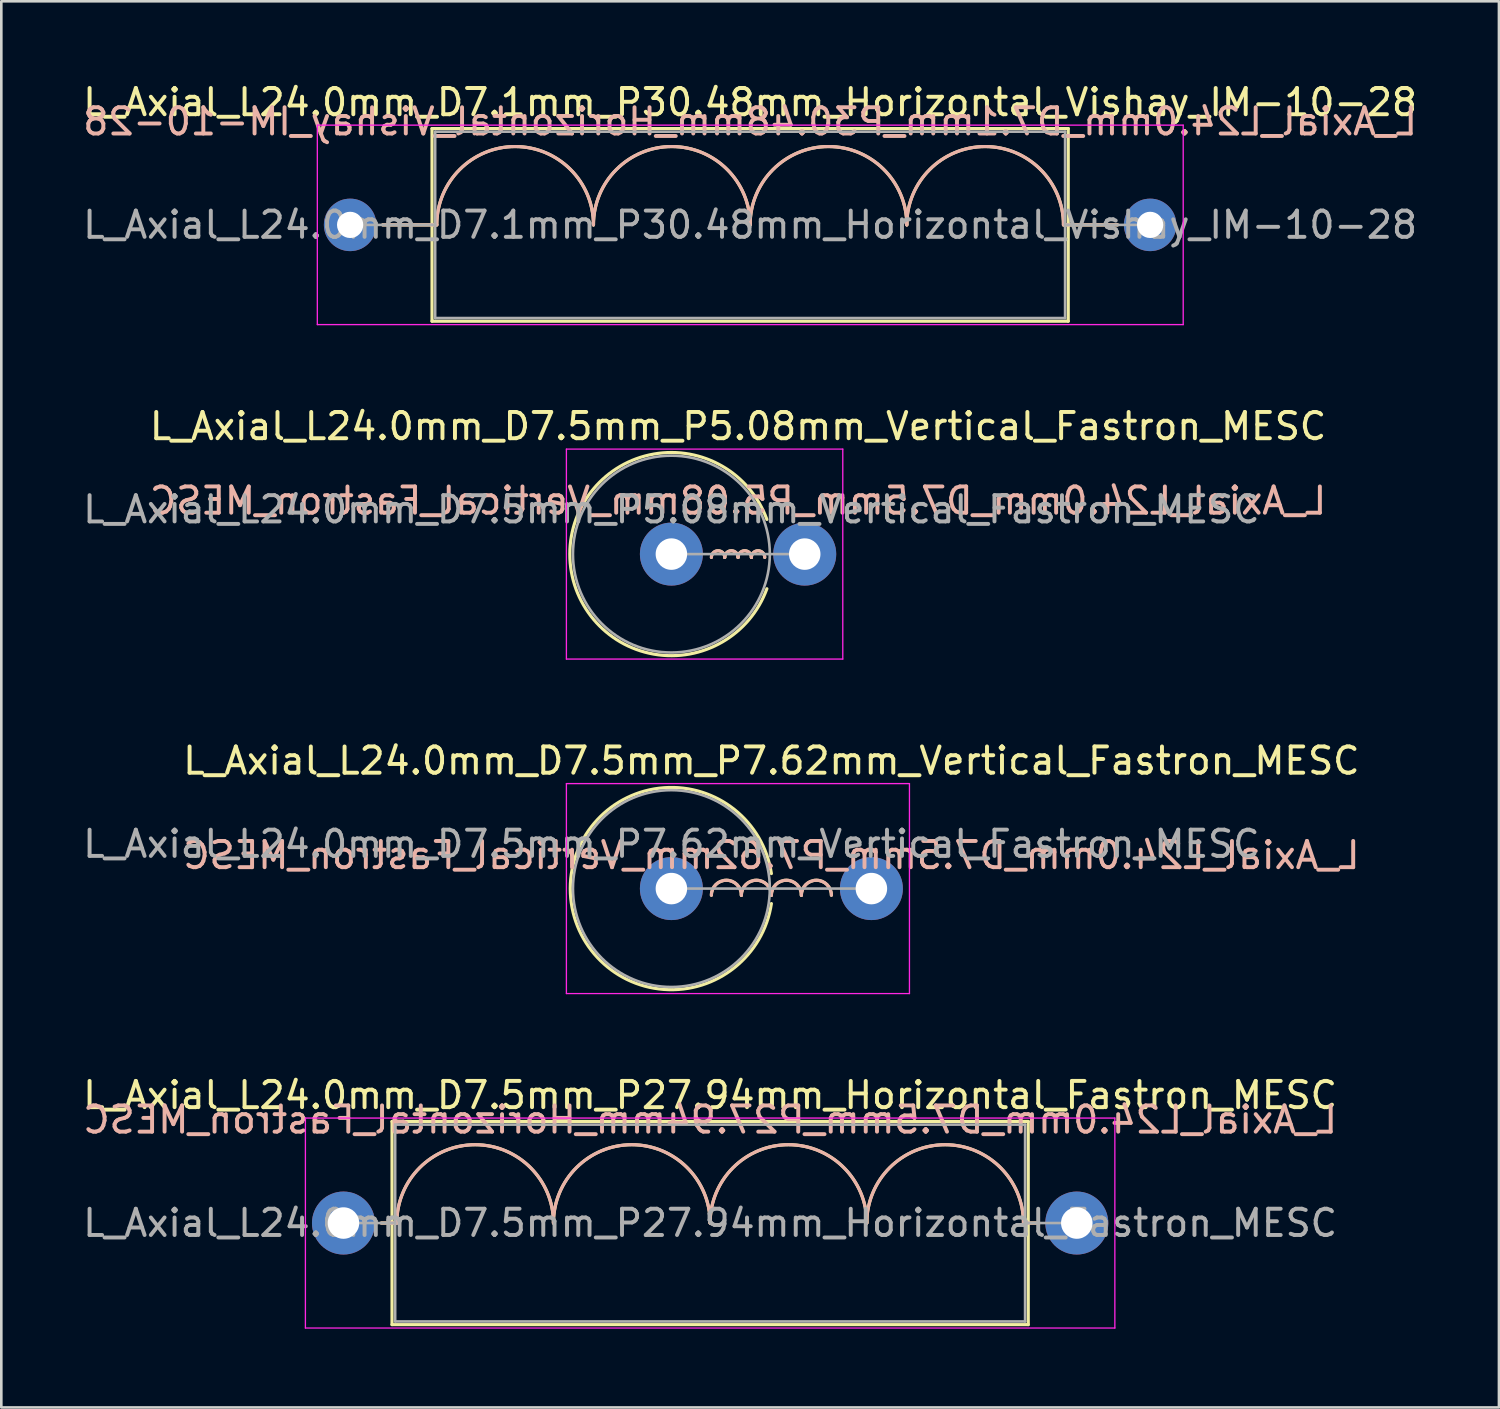
<source format=kicad_pcb>
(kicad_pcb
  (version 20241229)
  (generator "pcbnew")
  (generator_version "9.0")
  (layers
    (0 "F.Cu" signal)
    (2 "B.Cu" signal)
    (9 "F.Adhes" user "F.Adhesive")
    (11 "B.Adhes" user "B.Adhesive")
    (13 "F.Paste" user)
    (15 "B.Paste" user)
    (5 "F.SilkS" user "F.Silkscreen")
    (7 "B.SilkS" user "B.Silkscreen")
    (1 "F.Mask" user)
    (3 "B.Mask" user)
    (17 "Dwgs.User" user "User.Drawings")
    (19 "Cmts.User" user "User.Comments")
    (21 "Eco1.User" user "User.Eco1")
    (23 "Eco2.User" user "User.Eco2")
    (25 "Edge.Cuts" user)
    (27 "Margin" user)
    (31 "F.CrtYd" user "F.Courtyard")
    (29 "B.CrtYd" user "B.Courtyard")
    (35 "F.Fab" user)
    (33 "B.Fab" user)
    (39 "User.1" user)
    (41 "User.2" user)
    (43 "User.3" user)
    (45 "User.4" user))
  (footprint "L_Axial_L24.0mm_D7.5mm_P27.94mm_Horizontal_Fastron_MESC"
    (layer "F.Cu")
    (at 10.036 43.548)
    (property "Reference" "L_Axial_L24.0mm_D7.5mm_P27.94mm_Horizontal_Fastron_MESC" (at 13.97 -4.87 0) (layer "F.SilkS") (effects (font (size 1 1) (thickness 0.15))))
    (fp_line (start 1.44 0) (end 1.85 0) (stroke (width 0.12) (type solid)) (layer "F.SilkS"))
    (fp_line (start 1.85 -3.87) (end 1.85 3.87) (stroke (width 0.12) (type solid)) (layer "F.SilkS"))
    (fp_line (start 1.85 3.87) (end 26.09 3.87) (stroke (width 0.12) (type solid)) (layer "F.SilkS"))
    (fp_line (start 2.032 0) (end 1.85 0) (stroke (width 0.12) (type solid)) (layer "F.SilkS"))
    (fp_line (start 25.908 0) (end 26.09 0) (stroke (width 0.12) (type solid)) (layer "F.SilkS"))
    (fp_line (start 26.09 -3.87) (end 1.85 -3.87) (stroke (width 0.12) (type solid)) (layer "F.SilkS"))
    (fp_line (start 26.09 3.87) (end 26.09 -3.87) (stroke (width 0.12) (type solid)) (layer "F.SilkS"))
    (fp_line (start 26.5 0) (end 26.09 0) (stroke (width 0.12) (type solid)) (layer "F.SilkS"))
    (fp_arc (start 2.032 0) (mid 5.0165 -2.9845) (end 8.001 0) (stroke (width 0.12) (type solid)) (layer "F.SilkS"))
    (fp_arc (start 8.001 0) (mid 10.9855 -2.9845) (end 13.97 0) (stroke (width 0.12) (type solid)) (layer "F.SilkS"))
    (fp_arc (start 13.97 0) (mid 16.9545 -2.9845) (end 19.939 0) (stroke (width 0.12) (type solid)) (layer "F.SilkS"))
    (fp_arc (start 19.939 0) (mid 22.9235 -2.9845) (end 25.908 0) (stroke (width 0.12) (type solid)) (layer "F.SilkS"))
    (fp_line (start 1.44 0) (end 1.85 0) (stroke (width 0.12) (type solid)) (layer "B.SilkS"))
    (fp_line (start 2.032 0) (end 1.85 0) (stroke (width 0.12) (type solid)) (layer "B.SilkS"))
    (fp_line (start 25.908 0) (end 26.09 0) (stroke (width 0.12) (type solid)) (layer "B.SilkS"))
    (fp_line (start 26.5 0) (end 26.09 0) (stroke (width 0.12) (type solid)) (layer "B.SilkS"))
    (fp_arc (start 2.032 0) (mid 5.0165 -2.9845) (end 8.001 0) (stroke (width 0.12) (type solid)) (layer "B.SilkS"))
    (fp_arc (start 8.001 0) (mid 10.9855 -2.9845) (end 13.97 0) (stroke (width 0.12) (type solid)) (layer "B.SilkS"))
    (fp_arc (start 13.97 0) (mid 16.9545 -2.9845) (end 19.939 0) (stroke (width 0.12) (type solid)) (layer "B.SilkS"))
    (fp_arc (start 19.939 0) (mid 22.9235 -2.9845) (end 25.908 0) (stroke (width 0.12) (type solid)) (layer "B.SilkS"))
    (fp_line (start -1.45 -4) (end -1.45 4) (stroke (width 0.05) (type solid)) (layer "F.CrtYd"))
    (fp_line (start -1.45 4) (end 29.39 4) (stroke (width 0.05) (type solid)) (layer "F.CrtYd"))
    (fp_line (start 29.39 -4) (end -1.45 -4) (stroke (width 0.05) (type solid)) (layer "F.CrtYd"))
    (fp_line (start 29.39 4) (end 29.39 -4) (stroke (width 0.05) (type solid)) (layer "F.CrtYd"))
    (fp_line (start 0 0) (end 1.97 0) (stroke (width 0.1) (type solid)) (layer "F.Fab"))
    (fp_line (start 1.97 -3.75) (end 1.97 3.75) (stroke (width 0.1) (type solid)) (layer "F.Fab"))
    (fp_line (start 1.97 3.75) (end 25.97 3.75) (stroke (width 0.1) (type solid)) (layer "F.Fab"))
    (fp_line (start 25.97 -3.75) (end 1.97 -3.75) (stroke (width 0.1) (type solid)) (layer "F.Fab"))
    (fp_line (start 25.97 3.75) (end 25.97 -3.75) (stroke (width 0.1) (type solid)) (layer "F.Fab"))
    (fp_line (start 27.94 0) (end 25.97 0) (stroke (width 0.1) (type solid)) (layer "F.Fab"))
    (fp_text user "${REFERENCE}" (at 13.97 -3.937 0) (layer "B.SilkS") (effects (font (size 1 1) (thickness 0.15)) (justify mirror)))
    (fp_text user "${REFERENCE}" (at 13.97 0 0) (layer "F.Fab") (effects (font (size 1 1) (thickness 0.15))))
    (pad "1" thru_hole circle (at 0 0) (size 2.4 2.4) (drill 1.2) (layers "*.Cu" "*.Mask"))
    (pad "2" thru_hole oval (at 27.94 0) (size 2.4 2.4) (drill 1.2) (layers "*.Cu" "*.Mask")))
  (footprint "L_Axial_L24.0mm_D7.5mm_P7.62mm_Vertical_Fastron_MESC"
    (layer "F.Cu")
    (at 22.53 30.805)
    (property "Reference" "L_Axial_L24.0mm_D7.5mm_P7.62mm_Vertical_Fastron_MESC" (at 3.81 -4.87 0) (layer "F.SilkS") (effects (font (size 1 1) (thickness 0.15))))
    (fp_arc (start 1.524 0.254) (mid 2.0955 -0.3175) (end 2.667 0.254) (stroke (width 0.12) (type solid)) (layer "F.SilkS"))
    (fp_arc (start 2.667 0.254) (mid 3.2385 -0.3175) (end 3.81 0.254) (stroke (width 0.12) (type solid)) (layer "F.SilkS"))
    (fp_arc (start 3.81 0.254) (mid 4.3815 -0.3175) (end 4.953 0.254) (stroke (width 0.12) (type solid)) (layer "F.SilkS"))
    (fp_arc (start 3.81 0.5715) (mid -3.852624 0) (end 3.81 -0.5715) (stroke (width 0.12) (type solid)) (layer "F.SilkS"))
    (fp_arc (start 4.953 0.254) (mid 5.5245 -0.3175) (end 6.096 0.254) (stroke (width 0.12) (type solid)) (layer "F.SilkS"))
    (fp_arc (start 1.524 0.254) (mid 2.0955 -0.3175) (end 2.667 0.254) (stroke (width 0.12) (type solid)) (layer "B.SilkS"))
    (fp_arc (start 2.667 0.254) (mid 3.2385 -0.3175) (end 3.81 0.254) (stroke (width 0.12) (type solid)) (layer "B.SilkS"))
    (fp_arc (start 3.81 0.254) (mid 4.3815 -0.3175) (end 4.953 0.254) (stroke (width 0.12) (type solid)) (layer "B.SilkS"))
    (fp_arc (start 4.953 0.254) (mid 5.5245 -0.3175) (end 6.096 0.254) (stroke (width 0.12) (type solid)) (layer "B.SilkS"))
    (fp_line (start -4 -4) (end -4 4) (stroke (width 0.05) (type solid)) (layer "F.CrtYd"))
    (fp_line (start -4 4) (end 9.07 4) (stroke (width 0.05) (type solid)) (layer "F.CrtYd"))
    (fp_line (start 9.07 -4) (end -4 -4) (stroke (width 0.05) (type solid)) (layer "F.CrtYd"))
    (fp_line (start 9.07 4) (end 9.07 -4) (stroke (width 0.05) (type solid)) (layer "F.CrtYd"))
    (fp_line (start 0 0) (end 7.62 0) (stroke (width 0.1) (type solid)) (layer "F.Fab"))
    (fp_circle (center 0 0) (end 3.75 0) (stroke (width 0.1) (type solid)) (fill no) (layer "F.Fab"))
    (fp_text user "${REFERENCE}" (at 3.81 -1.27 0) (layer "B.SilkS") (effects (font (size 1 1) (thickness 0.15)) (justify mirror)))
    (fp_text user "${REFERENCE}" (at 0 -1.7 0) (layer "F.Fab") (effects (font (size 1 1) (thickness 0.15))))
    (pad "1" thru_hole circle (at 0 0) (size 2.4 2.4) (drill 1.2) (layers "*.Cu" "*.Mask"))
    (pad "2" thru_hole oval (at 7.62 0) (size 2.4 2.4) (drill 1.2) (layers "*.Cu" "*.Mask")))
  (footprint "L_Axial_L24.0mm_D7.1mm_P30.48mm_Horizontal_Vishay_IM-10-28"
    (layer "F.Cu")
    (at 10.29 5.518)
    (property "Reference" "L_Axial_L24.0mm_D7.1mm_P30.48mm_Horizontal_Vishay_IM-10-28" (at 15.24 -4.67 0) (layer "F.SilkS") (effects (font (size 1 1) (thickness 0.15))))
    (fp_line (start 1.24 0) (end 3.12 0) (stroke (width 0.12) (type solid)) (layer "F.SilkS"))
    (fp_line (start 3.12 -3.67) (end 3.12 3.67) (stroke (width 0.12) (type solid)) (layer "F.SilkS"))
    (fp_line (start 3.12 3.67) (end 27.36 3.67) (stroke (width 0.12) (type solid)) (layer "F.SilkS"))
    (fp_line (start 3.302 0) (end 3.12 0) (stroke (width 0.12) (type solid)) (layer "F.SilkS"))
    (fp_line (start 27.178 0) (end 27.36 0) (stroke (width 0.12) (type solid)) (layer "F.SilkS"))
    (fp_line (start 27.36 -3.67) (end 3.12 -3.67) (stroke (width 0.12) (type solid)) (layer "F.SilkS"))
    (fp_line (start 27.36 3.67) (end 27.36 -3.67) (stroke (width 0.12) (type solid)) (layer "F.SilkS"))
    (fp_line (start 29.24 0) (end 27.36 0) (stroke (width 0.12) (type solid)) (layer "F.SilkS"))
    (fp_arc (start 3.302 0) (mid 6.2865 -2.9845) (end 9.271 0) (stroke (width 0.12) (type solid)) (layer "F.SilkS"))
    (fp_arc (start 9.271 0) (mid 12.2555 -2.9845) (end 15.24 0) (stroke (width 0.12) (type solid)) (layer "F.SilkS"))
    (fp_arc (start 15.24 0) (mid 18.2245 -2.9845) (end 21.209 0) (stroke (width 0.12) (type solid)) (layer "F.SilkS"))
    (fp_arc (start 21.209 0) (mid 24.1935 -2.9845) (end 27.178 0) (stroke (width 0.12) (type solid)) (layer "F.SilkS"))
    (fp_line (start 1.24 0) (end 3.12 0) (stroke (width 0.12) (type solid)) (layer "B.SilkS"))
    (fp_line (start 3.302 0) (end 3.12 0) (stroke (width 0.12) (type solid)) (layer "B.SilkS"))
    (fp_line (start 27.178 0) (end 27.36 0) (stroke (width 0.12) (type solid)) (layer "B.SilkS"))
    (fp_line (start 29.24 0) (end 27.36 0) (stroke (width 0.12) (type solid)) (layer "B.SilkS"))
    (fp_arc (start 3.302 0) (mid 6.2865 -2.9845) (end 9.271 0) (stroke (width 0.12) (type solid)) (layer "B.SilkS"))
    (fp_arc (start 9.271 0) (mid 12.2555 -2.9845) (end 15.24 0) (stroke (width 0.12) (type solid)) (layer "B.SilkS"))
    (fp_arc (start 15.24 0) (mid 18.2245 -2.9845) (end 21.209 0) (stroke (width 0.12) (type solid)) (layer "B.SilkS"))
    (fp_arc (start 21.209 0) (mid 24.1935 -2.9845) (end 27.178 0) (stroke (width 0.12) (type solid)) (layer "B.SilkS"))
    (fp_line (start -1.25 -3.8) (end -1.25 3.8) (stroke (width 0.05) (type solid)) (layer "F.CrtYd"))
    (fp_line (start -1.25 3.8) (end 31.74 3.8) (stroke (width 0.05) (type solid)) (layer "F.CrtYd"))
    (fp_line (start 31.74 -3.8) (end -1.25 -3.8) (stroke (width 0.05) (type solid)) (layer "F.CrtYd"))
    (fp_line (start 31.74 3.8) (end 31.74 -3.8) (stroke (width 0.05) (type solid)) (layer "F.CrtYd"))
    (fp_line (start 0 0) (end 3.24 0) (stroke (width 0.1) (type solid)) (layer "F.Fab"))
    (fp_line (start 3.24 -3.55) (end 3.24 3.55) (stroke (width 0.1) (type solid)) (layer "F.Fab"))
    (fp_line (start 3.24 3.55) (end 27.24 3.55) (stroke (width 0.1) (type solid)) (layer "F.Fab"))
    (fp_line (start 27.24 -3.55) (end 3.24 -3.55) (stroke (width 0.1) (type solid)) (layer "F.Fab"))
    (fp_line (start 27.24 3.55) (end 27.24 -3.55) (stroke (width 0.1) (type solid)) (layer "F.Fab"))
    (fp_line (start 30.48 0) (end 27.24 0) (stroke (width 0.1) (type solid)) (layer "F.Fab"))
    (fp_text user "${REFERENCE}" (at 15.24 -3.937 0) (layer "B.SilkS") (effects (font (size 1 1) (thickness 0.15)) (justify mirror)))
    (fp_text user "${REFERENCE}" (at 15.24 0 0) (layer "F.Fab") (effects (font (size 1 1) (thickness 0.15))))
    (pad "1" thru_hole circle (at 0 0) (size 2 2) (drill 1) (layers "*.Cu" "*.Mask"))
    (pad "2" thru_hole oval (at 30.48 0) (size 2 2) (drill 1) (layers "*.Cu" "*.Mask")))
  (footprint "L_Axial_L24.0mm_D7.5mm_P5.08mm_Vertical_Fastron_MESC"
    (layer "F.Cu")
    (at 22.53 18.061)
    (property "Reference" "L_Axial_L24.0mm_D7.5mm_P5.08mm_Vertical_Fastron_MESC" (at 2.54 -4.87 0) (layer "F.SilkS") (effects (font (size 1 1) (thickness 0.15))))
    (fp_arc (start 1.524 0.127) (mid 1.778 -0.127) (end 2.032 0.127) (stroke (width 0.12) (type solid)) (layer "F.SilkS"))
    (fp_arc (start 2.032 0.127) (mid 2.286 -0.127) (end 2.54 0.127) (stroke (width 0.12) (type solid)) (layer "F.SilkS"))
    (fp_arc (start 2.54 0.127) (mid 2.794 -0.127) (end 3.048 0.127) (stroke (width 0.12) (type solid)) (layer "F.SilkS"))
    (fp_arc (start 3.048 0.127) (mid 3.302 -0.127) (end 3.556 0.127) (stroke (width 0.12) (type solid)) (layer "F.SilkS"))
    (fp_arc (start 3.637925 1.32) (mid -3.87 0) (end 3.637925 -1.32) (stroke (width 0.12) (type solid)) (layer "F.SilkS"))
    (fp_arc (start 1.524 0.127) (mid 1.778 -0.127) (end 2.032 0.127) (stroke (width 0.12) (type solid)) (layer "B.SilkS"))
    (fp_arc (start 2.032 0.127) (mid 2.286 -0.127) (end 2.54 0.127) (stroke (width 0.12) (type solid)) (layer "B.SilkS"))
    (fp_arc (start 2.54 0.127) (mid 2.794 -0.127) (end 3.048 0.127) (stroke (width 0.12) (type solid)) (layer "B.SilkS"))
    (fp_arc (start 3.048 0.127) (mid 3.302 -0.127) (end 3.556 0.127) (stroke (width 0.12) (type solid)) (layer "B.SilkS"))
    (fp_line (start -4 -4) (end -4 4) (stroke (width 0.05) (type solid)) (layer "F.CrtYd"))
    (fp_line (start -4 4) (end 6.53 4) (stroke (width 0.05) (type solid)) (layer "F.CrtYd"))
    (fp_line (start 6.53 -4) (end -4 -4) (stroke (width 0.05) (type solid)) (layer "F.CrtYd"))
    (fp_line (start 6.53 4) (end 6.53 -4) (stroke (width 0.05) (type solid)) (layer "F.CrtYd"))
    (fp_line (start 0 0) (end 5.08 0) (stroke (width 0.1) (type solid)) (layer "F.Fab"))
    (fp_circle (center 0 0) (end 3.75 0) (stroke (width 0.1) (type solid)) (fill no) (layer "F.Fab"))
    (fp_text user "${REFERENCE}" (at 2.54 -2.032 0) (layer "B.SilkS") (effects (font (size 1 1) (thickness 0.15)) (justify mirror)))
    (fp_text user "${REFERENCE}" (at 0 -1.7 0) (layer "F.Fab") (effects (font (size 1 1) (thickness 0.15))))
    (pad "1" thru_hole circle (at 0 0) (size 2.4 2.4) (drill 1.2) (layers "*.Cu" "*.Mask"))
    (pad "2" thru_hole oval (at 5.08 0) (size 2.4 2.4) (drill 1.2) (layers "*.Cu" "*.Mask")))
  (gr_rect
    (start -3 -3)
    (end 54.06 50.573)
    (stroke (width 0.1) (type default))
    (fill no)
    (layer "Edge.Cuts")))
</source>
